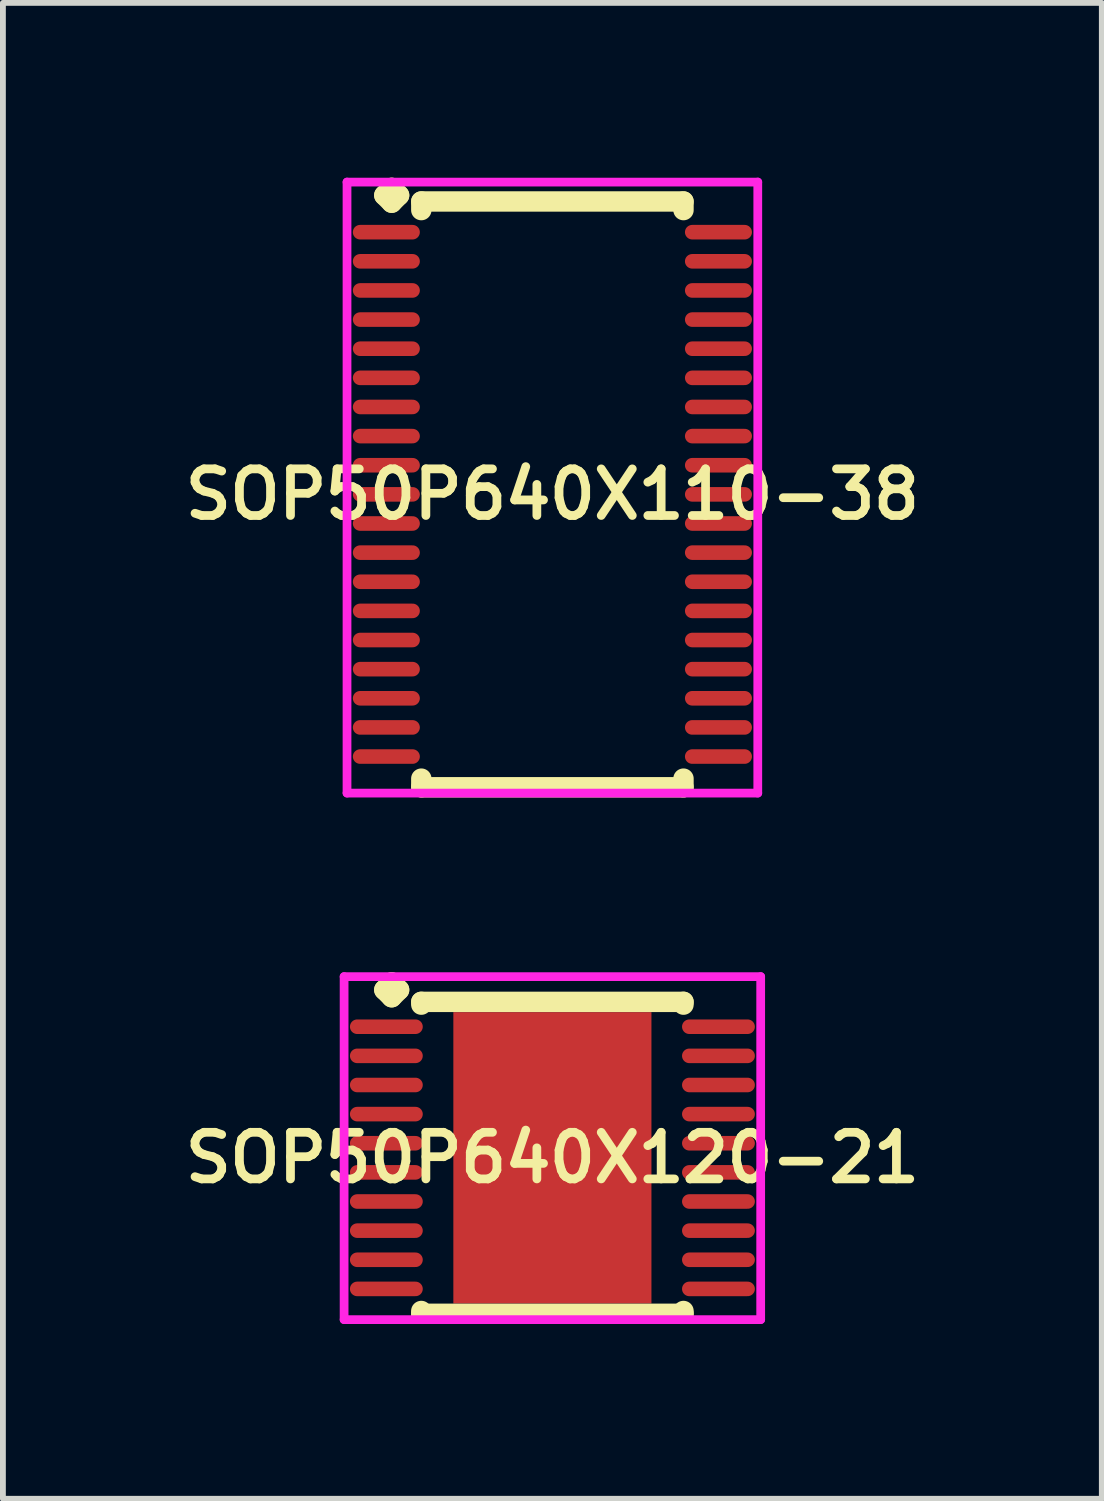
<source format=kicad_pcb>
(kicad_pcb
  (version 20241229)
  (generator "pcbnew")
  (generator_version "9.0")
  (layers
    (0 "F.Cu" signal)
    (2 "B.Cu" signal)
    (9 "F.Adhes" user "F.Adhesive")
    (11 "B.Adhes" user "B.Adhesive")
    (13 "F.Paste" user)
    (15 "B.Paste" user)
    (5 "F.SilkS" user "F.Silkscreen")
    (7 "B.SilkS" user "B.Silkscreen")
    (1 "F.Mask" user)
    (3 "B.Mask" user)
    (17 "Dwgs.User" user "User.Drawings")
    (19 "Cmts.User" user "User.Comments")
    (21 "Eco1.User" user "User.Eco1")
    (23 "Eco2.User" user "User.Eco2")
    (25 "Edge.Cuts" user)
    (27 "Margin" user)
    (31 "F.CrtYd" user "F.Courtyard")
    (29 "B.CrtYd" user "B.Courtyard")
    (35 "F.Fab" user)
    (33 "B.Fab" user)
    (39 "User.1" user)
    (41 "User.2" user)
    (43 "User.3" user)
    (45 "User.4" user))
  (footprint "SOP50P640X120-21"
    (layer "F.Cu")
    (at 6.431 16.822)
    (property "Reference" "SOP50P640X120-21" (at 0 0 0) (layer "F.SilkS") (effects (font (size 0.8 0.8) (thickness 0.15))))
    (attr smd)
    (fp_line (start -2.885 -2.883) (end -2.758 -3.01) (stroke (width 0.35) (type solid)) (layer "F.SilkS"))
    (fp_line (start -2.758 -3.01) (end -2.631 -2.883) (stroke (width 0.35) (type solid)) (layer "F.SilkS"))
    (fp_line (start -2.758 -2.756) (end -2.885 -2.883) (stroke (width 0.35) (type solid)) (layer "F.SilkS"))
    (fp_line (start -2.631 -2.883) (end -2.758 -2.756) (stroke (width 0.35) (type solid)) (layer "F.SilkS"))
    (fp_line (start -2.25 -2.677) (end 2.25 -2.677) (stroke (width 0.35) (type solid)) (layer "F.SilkS"))
    (fp_line (start -2.25 -2.629) (end -2.25 -2.677) (stroke (width 0.35) (type solid)) (layer "F.SilkS"))
    (fp_line (start -2.25 2.629) (end -2.25 2.677) (stroke (width 0.35) (type solid)) (layer "F.SilkS"))
    (fp_line (start -2.25 2.677) (end 2.25 2.677) (stroke (width 0.35) (type solid)) (layer "F.SilkS"))
    (fp_line (start 2.25 -2.677) (end 2.25 -2.629) (stroke (width 0.35) (type solid)) (layer "F.SilkS"))
    (fp_line (start 2.25 2.677) (end 2.25 2.629) (stroke (width 0.35) (type solid)) (layer "F.SilkS"))
    (fp_line (start -3.575 -3.11) (end 3.575 -3.11) (stroke (width 0.15) (type solid)) (layer "F.CrtYd"))
    (fp_line (start -3.575 2.777) (end -3.575 -3.11) (stroke (width 0.15) (type solid)) (layer "F.CrtYd"))
    (fp_line (start 3.575 -3.11) (end 3.575 2.777) (stroke (width 0.15) (type solid)) (layer "F.CrtYd"))
    (fp_line (start 3.575 2.777) (end -3.575 2.777) (stroke (width 0.15) (type solid)) (layer "F.CrtYd"))
    (pad "1" smd oval (at -2.85 -2.25) (size 1.25 0.25) (layers "F.Cu" "F.Mask" "F.Paste"))
    (pad "2" smd oval (at -2.85 -1.75) (size 1.25 0.25) (layers "F.Cu" "F.Mask" "F.Paste"))
    (pad "3" smd oval (at -2.85 -1.25) (size 1.25 0.25) (layers "F.Cu" "F.Mask" "F.Paste"))
    (pad "4" smd oval (at -2.85 -0.75) (size 1.25 0.25) (layers "F.Cu" "F.Mask" "F.Paste"))
    (pad "5" smd oval (at -2.85 -0.25) (size 1.25 0.25) (layers "F.Cu" "F.Mask" "F.Paste"))
    (pad "6" smd oval (at -2.85 0.25) (size 1.25 0.25) (layers "F.Cu" "F.Mask" "F.Paste"))
    (pad "7" smd oval (at -2.85 0.75) (size 1.25 0.25) (layers "F.Cu" "F.Mask" "F.Paste"))
    (pad "8" smd oval (at -2.85 1.25) (size 1.25 0.25) (layers "F.Cu" "F.Mask" "F.Paste"))
    (pad "9" smd oval (at -2.85 1.75) (size 1.25 0.25) (layers "F.Cu" "F.Mask" "F.Paste"))
    (pad "10" smd oval (at -2.85 2.25) (size 1.25 0.25) (layers "F.Cu" "F.Mask" "F.Paste"))
    (pad "11" smd oval (at 2.85 2.25) (size 1.25 0.25) (layers "F.Cu" "F.Mask" "F.Paste"))
    (pad "12" smd oval (at 2.85 1.75) (size 1.25 0.25) (layers "F.Cu" "F.Mask" "F.Paste"))
    (pad "13" smd oval (at 2.85 1.25) (size 1.25 0.25) (layers "F.Cu" "F.Mask" "F.Paste"))
    (pad "14" smd oval (at 2.85 0.75) (size 1.25 0.25) (layers "F.Cu" "F.Mask" "F.Paste"))
    (pad "15" smd oval (at 2.85 0.25) (size 1.25 0.25) (layers "F.Cu" "F.Mask" "F.Paste"))
    (pad "16" smd oval (at 2.85 -0.25) (size 1.25 0.25) (layers "F.Cu" "F.Mask" "F.Paste"))
    (pad "17" smd oval (at 2.85 -0.75) (size 1.25 0.25) (layers "F.Cu" "F.Mask" "F.Paste"))
    (pad "18" smd oval (at 2.85 -1.25) (size 1.25 0.25) (layers "F.Cu" "F.Mask" "F.Paste"))
    (pad "19" smd oval (at 2.85 -1.75) (size 1.25 0.25) (layers "F.Cu" "F.Mask" "F.Paste"))
    (pad "20" smd oval (at 2.85 -2.25) (size 1.25 0.25) (layers "F.Cu" "F.Mask" "F.Paste"))
    (pad "21" smd rect (at 0 0) (size 3.4 5) (layers "F.Cu" "F.Mask" "F.Paste")))
  (footprint "SOP50P640X110-38"
    (layer "F.Cu")
    (at 6.431 5.435)
    (property "Reference" "SOP50P640X110-38" (at 0 0 0) (layer "F.SilkS") (effects (font (size 0.8 0.8) (thickness 0.15))))
    (attr smd)
    (fp_line (start -2.885 -5.133) (end -2.758 -5.26) (stroke (width 0.35) (type solid)) (layer "F.SilkS"))
    (fp_line (start -2.758 -5.26) (end -2.631 -5.133) (stroke (width 0.35) (type solid)) (layer "F.SilkS"))
    (fp_line (start -2.758 -5.006) (end -2.885 -5.133) (stroke (width 0.35) (type solid)) (layer "F.SilkS"))
    (fp_line (start -2.631 -5.133) (end -2.758 -5.006) (stroke (width 0.35) (type solid)) (layer "F.SilkS"))
    (fp_line (start -2.25 -5.027) (end 2.25 -5.027) (stroke (width 0.35) (type solid)) (layer "F.SilkS"))
    (fp_line (start -2.25 -4.879) (end -2.25 -5.027) (stroke (width 0.35) (type solid)) (layer "F.SilkS"))
    (fp_line (start -2.25 4.879) (end -2.25 5.027) (stroke (width 0.35) (type solid)) (layer "F.SilkS"))
    (fp_line (start -2.25 5.027) (end 2.25 5.027) (stroke (width 0.35) (type solid)) (layer "F.SilkS"))
    (fp_line (start 2.25 -5.027) (end 2.25 -4.879) (stroke (width 0.35) (type solid)) (layer "F.SilkS"))
    (fp_line (start 2.25 5.027) (end 2.25 4.879) (stroke (width 0.35) (type solid)) (layer "F.SilkS"))
    (fp_line (start -3.525 -5.36) (end 3.525 -5.36) (stroke (width 0.15) (type solid)) (layer "F.CrtYd"))
    (fp_line (start -3.525 5.127) (end -3.525 -5.36) (stroke (width 0.15) (type solid)) (layer "F.CrtYd"))
    (fp_line (start 3.525 -5.36) (end 3.525 5.127) (stroke (width 0.15) (type solid)) (layer "F.CrtYd"))
    (fp_line (start 3.525 5.127) (end -3.525 5.127) (stroke (width 0.15) (type solid)) (layer "F.CrtYd"))
    (pad "1" smd oval (at -2.85 -4.5) (size 1.15 0.25) (layers "F.Cu" "F.Mask" "F.Paste"))
    (pad "2" smd oval (at -2.85 -4) (size 1.15 0.25) (layers "F.Cu" "F.Mask" "F.Paste"))
    (pad "3" smd oval (at -2.85 -3.5) (size 1.15 0.25) (layers "F.Cu" "F.Mask" "F.Paste"))
    (pad "4" smd oval (at -2.85 -3) (size 1.15 0.25) (layers "F.Cu" "F.Mask" "F.Paste"))
    (pad "5" smd oval (at -2.85 -2.5) (size 1.15 0.25) (layers "F.Cu" "F.Mask" "F.Paste"))
    (pad "6" smd oval (at -2.85 -2) (size 1.15 0.25) (layers "F.Cu" "F.Mask" "F.Paste"))
    (pad "7" smd oval (at -2.85 -1.5) (size 1.15 0.25) (layers "F.Cu" "F.Mask" "F.Paste"))
    (pad "8" smd oval (at -2.85 -1) (size 1.15 0.25) (layers "F.Cu" "F.Mask" "F.Paste"))
    (pad "9" smd oval (at -2.85 -0.5) (size 1.15 0.25) (layers "F.Cu" "F.Mask" "F.Paste"))
    (pad "10" smd oval (at -2.85 0) (size 1.15 0.25) (layers "F.Cu" "F.Mask" "F.Paste"))
    (pad "11" smd oval (at -2.85 0.5) (size 1.15 0.25) (layers "F.Cu" "F.Mask" "F.Paste"))
    (pad "12" smd oval (at -2.85 1) (size 1.15 0.25) (layers "F.Cu" "F.Mask" "F.Paste"))
    (pad "13" smd oval (at -2.85 1.5) (size 1.15 0.25) (layers "F.Cu" "F.Mask" "F.Paste"))
    (pad "14" smd oval (at -2.85 2) (size 1.15 0.25) (layers "F.Cu" "F.Mask" "F.Paste"))
    (pad "15" smd oval (at -2.85 2.5) (size 1.15 0.25) (layers "F.Cu" "F.Mask" "F.Paste"))
    (pad "16" smd oval (at -2.85 3) (size 1.15 0.25) (layers "F.Cu" "F.Mask" "F.Paste"))
    (pad "17" smd oval (at -2.85 3.5) (size 1.15 0.25) (layers "F.Cu" "F.Mask" "F.Paste"))
    (pad "18" smd oval (at -2.85 4) (size 1.15 0.25) (layers "F.Cu" "F.Mask" "F.Paste"))
    (pad "19" smd oval (at -2.85 4.5) (size 1.15 0.25) (layers "F.Cu" "F.Mask" "F.Paste"))
    (pad "20" smd oval (at 2.85 4.5) (size 1.15 0.25) (layers "F.Cu" "F.Mask" "F.Paste"))
    (pad "21" smd oval (at 2.85 4) (size 1.15 0.25) (layers "F.Cu" "F.Mask" "F.Paste"))
    (pad "22" smd oval (at 2.85 3.5) (size 1.15 0.25) (layers "F.Cu" "F.Mask" "F.Paste"))
    (pad "23" smd oval (at 2.85 3) (size 1.15 0.25) (layers "F.Cu" "F.Mask" "F.Paste"))
    (pad "24" smd oval (at 2.85 2.5) (size 1.15 0.25) (layers "F.Cu" "F.Mask" "F.Paste"))
    (pad "25" smd oval (at 2.85 2) (size 1.15 0.25) (layers "F.Cu" "F.Mask" "F.Paste"))
    (pad "26" smd oval (at 2.85 1.5) (size 1.15 0.25) (layers "F.Cu" "F.Mask" "F.Paste"))
    (pad "27" smd oval (at 2.85 1) (size 1.15 0.25) (layers "F.Cu" "F.Mask" "F.Paste"))
    (pad "28" smd oval (at 2.85 0.5) (size 1.15 0.25) (layers "F.Cu" "F.Mask" "F.Paste"))
    (pad "29" smd oval (at 2.85 0) (size 1.15 0.25) (layers "F.Cu" "F.Mask" "F.Paste"))
    (pad "30" smd oval (at 2.85 -0.5) (size 1.15 0.25) (layers "F.Cu" "F.Mask" "F.Paste"))
    (pad "31" smd oval (at 2.85 -1) (size 1.15 0.25) (layers "F.Cu" "F.Mask" "F.Paste"))
    (pad "32" smd oval (at 2.85 -1.5) (size 1.15 0.25) (layers "F.Cu" "F.Mask" "F.Paste"))
    (pad "33" smd oval (at 2.85 -2) (size 1.15 0.25) (layers "F.Cu" "F.Mask" "F.Paste"))
    (pad "34" smd oval (at 2.85 -2.5) (size 1.15 0.25) (layers "F.Cu" "F.Mask" "F.Paste"))
    (pad "35" smd oval (at 2.85 -3) (size 1.15 0.25) (layers "F.Cu" "F.Mask" "F.Paste"))
    (pad "36" smd oval (at 2.85 -3.5) (size 1.15 0.25) (layers "F.Cu" "F.Mask" "F.Paste"))
    (pad "37" smd oval (at 2.85 -4) (size 1.15 0.25) (layers "F.Cu" "F.Mask" "F.Paste"))
    (pad "38" smd oval (at 2.85 -4.5) (size 1.15 0.25) (layers "F.Cu" "F.Mask" "F.Paste")))
  (gr_rect
    (start -3 -3)
    (end 15.861 22.674)
    (stroke (width 0.1) (type default))
    (fill no)
    (layer "Edge.Cuts")))
</source>
